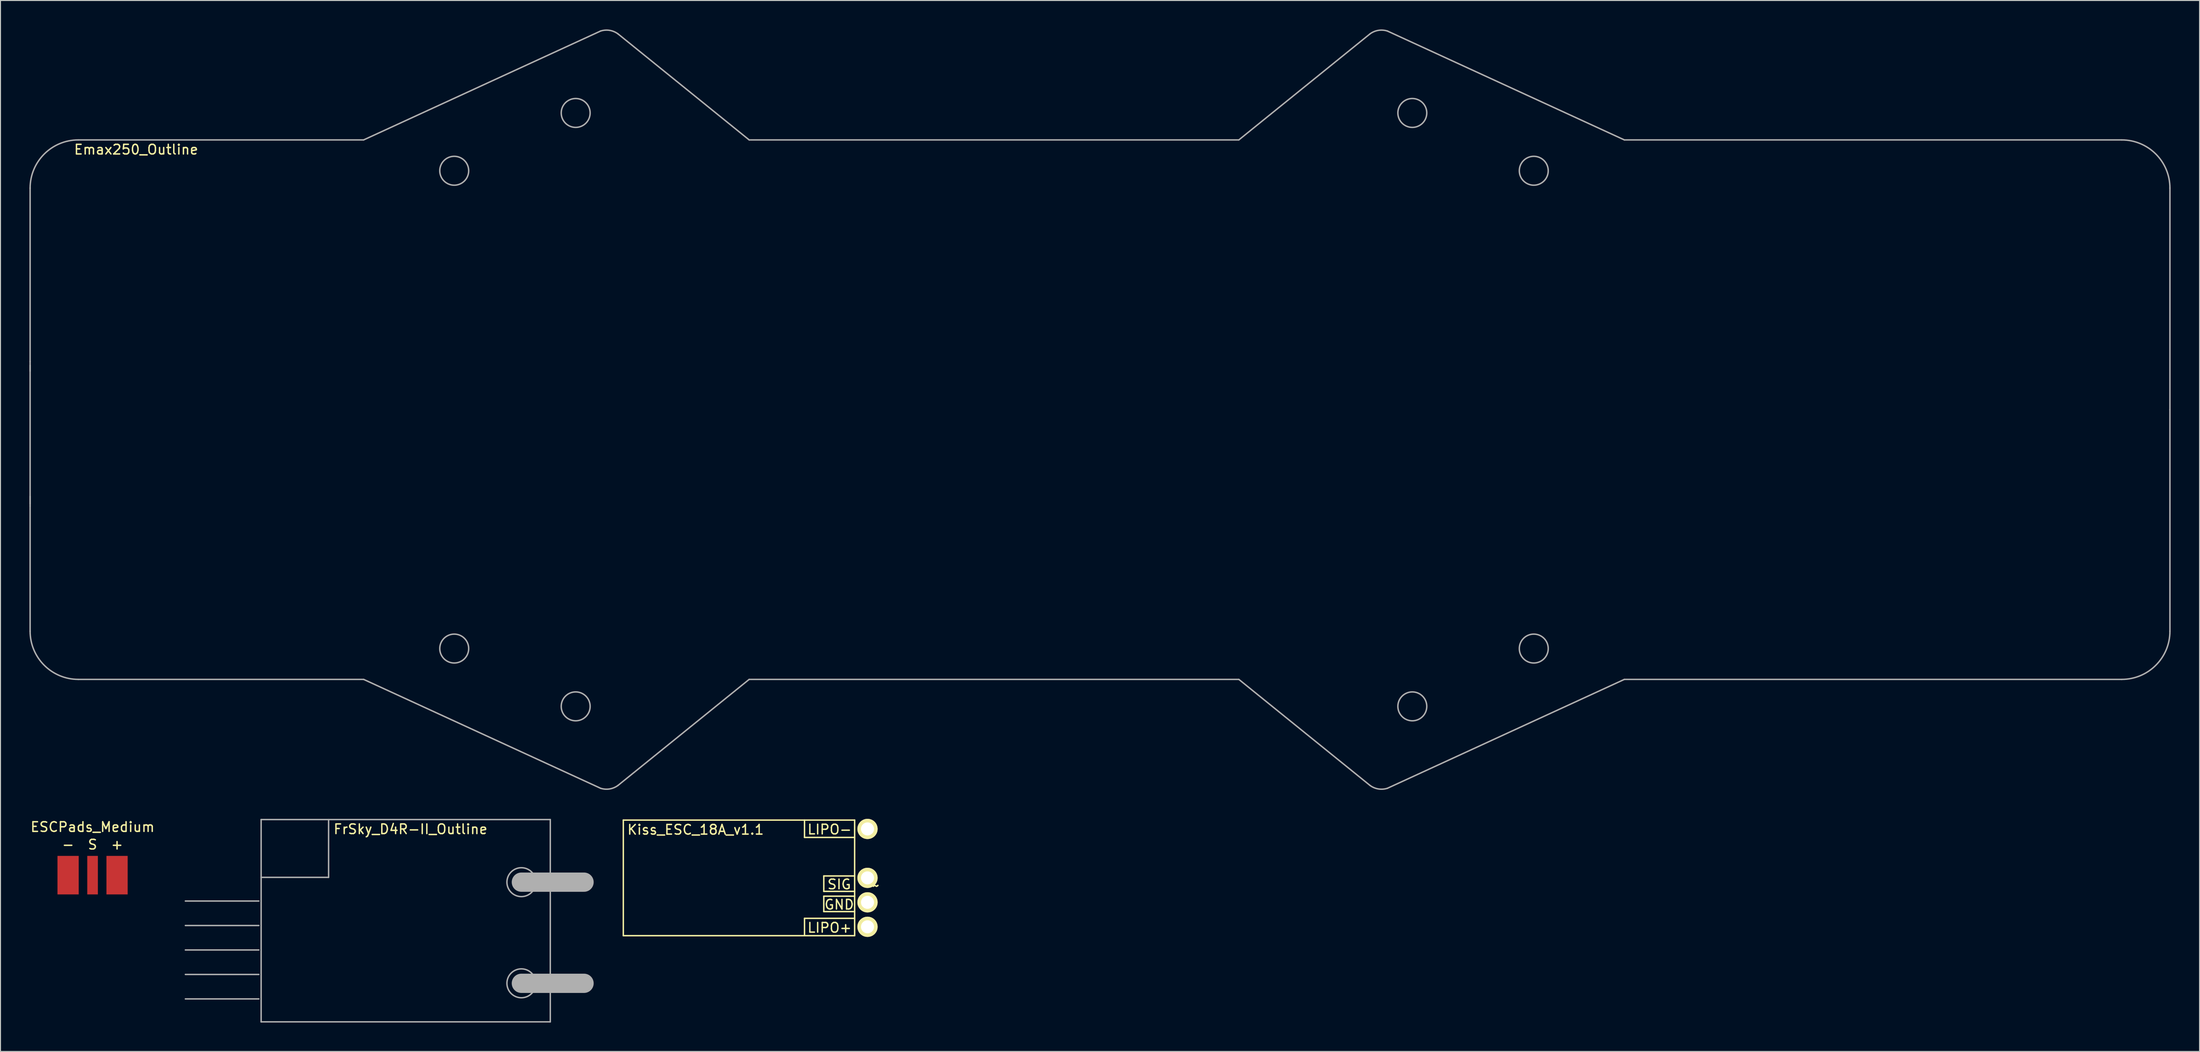
<source format=kicad_pcb>
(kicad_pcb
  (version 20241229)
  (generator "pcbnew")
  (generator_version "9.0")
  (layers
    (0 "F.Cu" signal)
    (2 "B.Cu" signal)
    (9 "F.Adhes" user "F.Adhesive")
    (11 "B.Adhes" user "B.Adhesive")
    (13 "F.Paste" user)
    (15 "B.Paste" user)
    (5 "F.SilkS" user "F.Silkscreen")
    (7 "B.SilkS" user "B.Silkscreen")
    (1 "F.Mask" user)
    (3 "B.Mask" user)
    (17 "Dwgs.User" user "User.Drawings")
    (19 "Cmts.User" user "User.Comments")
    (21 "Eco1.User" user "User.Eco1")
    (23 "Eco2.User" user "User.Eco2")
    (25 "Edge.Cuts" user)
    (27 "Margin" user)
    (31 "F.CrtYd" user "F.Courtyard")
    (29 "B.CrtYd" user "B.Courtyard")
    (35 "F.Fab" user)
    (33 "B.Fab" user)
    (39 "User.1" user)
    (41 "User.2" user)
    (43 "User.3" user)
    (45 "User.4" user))
  (footprint "Kiss_ESC_18A_v1.1"
    (layer "F.Cu")
    (at 73.617 88.08)
    (property "Reference" "Kiss_ESC_18A_v1.1" (at -4.5 -5 0) (layer "F.SilkS") (effects (font (size 1 1) (thickness 0.15))))
    (attr through_hole)
    (fp_line (start -12 -6) (end -12 6) (stroke (width 0.15) (type solid)) (layer "F.SilkS"))
    (fp_line (start -12 6) (end 12 6) (stroke (width 0.15) (type solid)) (layer "F.SilkS"))
    (fp_line (start 6.8 -4.2) (end 6.8 -6) (stroke (width 0.15) (type solid)) (layer "F.SilkS"))
    (fp_line (start 6.8 4.2) (end 12 4.2) (stroke (width 0.15) (type solid)) (layer "F.SilkS"))
    (fp_line (start 6.8 6) (end 6.8 4.2) (stroke (width 0.15) (type solid)) (layer "F.SilkS"))
    (fp_line (start 8.8 -0.2) (end 12 -0.2) (stroke (width 0.15) (type solid)) (layer "F.SilkS"))
    (fp_line (start 8.8 1.4) (end 8.8 -0.2) (stroke (width 0.15) (type solid)) (layer "F.SilkS"))
    (fp_line (start 8.8 1.9) (end 8.8 3.5) (stroke (width 0.15) (type solid)) (layer "F.SilkS"))
    (fp_line (start 8.8 3.5) (end 12 3.5) (stroke (width 0.15) (type solid)) (layer "F.SilkS"))
    (fp_line (start 12 -6) (end -12 -6) (stroke (width 0.15) (type solid)) (layer "F.SilkS"))
    (fp_line (start 12 -4.2) (end 6.8 -4.2) (stroke (width 0.15) (type solid)) (layer "F.SilkS"))
    (fp_line (start 12 1.4) (end 8.8 1.4) (stroke (width 0.15) (type solid)) (layer "F.SilkS"))
    (fp_line (start 12 1.9) (end 8.8 1.9) (stroke (width 0.15) (type solid)) (layer "F.SilkS"))
    (fp_line (start 12 6) (end 12 -6) (stroke (width 0.15) (type solid)) (layer "F.SilkS"))
    (fp_text user "GND" (at 10.4 2.775 0) (layer "F.SilkS") (effects (font (size 1 1) (thickness 0.15))))
    (fp_text user "SIG" (at 10.4 0.675 0) (layer "F.SilkS") (effects (font (size 1 1) (thickness 0.15))))
    (fp_text user "~" (at 14.2 0.8 0) (layer "F.SilkS") (effects (font (size 1 1) (thickness 0.15))))
    (fp_text user "LIPO-" (at 9.4 -5.025 0) (layer "F.SilkS") (effects (font (size 1 1) (thickness 0.15))))
    (fp_text user "LIPO+" (at 9.4 5.175 0) (layer "F.SilkS") (effects (font (size 1 1) (thickness 0.15))))
    (pad "1" thru_hole circle (at 13.335 5.08) (size 2.1 2.1) (drill 1.35) (layers "*.Cu" "*.Mask" "F.SilkS"))
    (pad "2" thru_hole circle (at 13.335 0) (size 2.1 2.1) (drill 1.35) (layers "*.Cu" "*.Mask" "F.SilkS"))
    (pad "3" thru_hole circle (at 13.335 2.54) (size 2.1 2.1) (drill 1.35) (layers "*.Cu" "*.Mask" "F.SilkS"))
    (pad "4" thru_hole circle (at 13.335 -5.08) (size 2.1 2.1) (drill 1.35) (layers "*.Cu" "*.Mask" "F.SilkS")))
  (footprint "Emax250_Outline"
    (layer "F.Cu")
    (at 100.075 39.475)
    (property "Reference" "Emax250_Outline" (at -89 -27 0) (layer "F.SilkS") (effects (font (size 1 1) (thickness 0.15))))
    (attr through_hole)
    (fp_line (start -100 -5) (end -100 -23) (stroke (width 0.15) (type solid)) (layer "F.Fab"))
    (fp_line (start -100 -5) (end -100 -4) (stroke (width 0.15) (type solid)) (layer "F.Fab"))
    (fp_line (start -100 -4.6) (end -100 9.8) (stroke (width 0.15) (type solid)) (layer "F.Fab"))
    (fp_line (start -100 10) (end -100 9) (stroke (width 0.15) (type solid)) (layer "F.Fab"))
    (fp_line (start -100 23) (end -100 10) (stroke (width 0.15) (type solid)) (layer "F.Fab"))
    (fp_line (start -65.4 -28) (end -95 -28) (stroke (width 0.15) (type solid)) (layer "F.Fab"))
    (fp_line (start -65.4 -28) (end -40.825 -39.3) (stroke (width 0.15) (type solid)) (layer "F.Fab"))
    (fp_line (start -65.4 28) (end -95 28) (stroke (width 0.15) (type solid)) (layer "F.Fab"))
    (fp_line (start -65.4 28) (end -40.825 39.3) (stroke (width 0.15) (type solid)) (layer "F.Fab"))
    (fp_line (start -25.4 -28) (end -39 -39) (stroke (width 0.15) (type solid)) (layer "F.Fab"))
    (fp_line (start -25.4 28) (end -39 39) (stroke (width 0.15) (type solid)) (layer "F.Fab"))
    (fp_line (start 25.4 -28) (end -25.4 -28) (stroke (width 0.15) (type solid)) (layer "F.Fab"))
    (fp_line (start 25.4 -28) (end 39 -39) (stroke (width 0.15) (type solid)) (layer "F.Fab"))
    (fp_line (start 25.4 28) (end -25.4 28) (stroke (width 0.15) (type solid)) (layer "F.Fab"))
    (fp_line (start 25.4 28) (end 39 39) (stroke (width 0.15) (type solid)) (layer "F.Fab"))
    (fp_line (start 65.4 -28) (end 40.825 -39.3) (stroke (width 0.15) (type solid)) (layer "F.Fab"))
    (fp_line (start 65.4 28) (end 40.825 39.3) (stroke (width 0.15) (type solid)) (layer "F.Fab"))
    (fp_line (start 117 -28) (end 65.4 -28) (stroke (width 0.15) (type solid)) (layer "F.Fab"))
    (fp_line (start 117 28) (end 65.4 28) (stroke (width 0.15) (type solid)) (layer "F.Fab"))
    (fp_line (start 122 0) (end 122 -23) (stroke (width 0.15) (type solid)) (layer "F.Fab"))
    (fp_line (start 122 0) (end 122 23) (stroke (width 0.15) (type solid)) (layer "F.Fab"))
    (fp_arc (start -100 -23) (mid -98.535534 -26.535534) (end -95 -28) (stroke (width 0.15) (type solid)) (layer "F.Fab"))
    (fp_arc (start -95 28) (mid -98.535534 26.535534) (end -100 23) (stroke (width 0.15) (type solid)) (layer "F.Fab"))
    (fp_arc (start -40.822352 -39.300705) (mid -39.874385 -39.373316) (end -39 -39) (stroke (width 0.15) (type solid)) (layer "F.Fab"))
    (fp_arc (start -39 39) (mid -39.875734 39.373538) (end -40.824951 39.299852) (stroke (width 0.15) (type solid)) (layer "F.Fab"))
    (fp_arc (start 39 -39) (mid 39.874385 -39.373316) (end 40.822352 -39.300705) (stroke (width 0.15) (type solid)) (layer "F.Fab"))
    (fp_arc (start 40.822352 39.300705) (mid 39.874385 39.373316) (end 39 39) (stroke (width 0.15) (type solid)) (layer "F.Fab"))
    (fp_arc (start 117 -28) (mid 120.535534 -26.535534) (end 122 -23) (stroke (width 0.15) (type solid)) (layer "F.Fab"))
    (fp_arc (start 122 23) (mid 120.535534 26.535534) (end 117 28) (stroke (width 0.15) (type solid)) (layer "F.Fab"))
    (fp_circle (center -56 -24.8) (end -57.5 -24.8) (stroke (width 0.15) (type solid)) (fill no) (layer "F.Fab"))
    (fp_circle (center -56 24.8) (end -57.5 24.8) (stroke (width 0.15) (type solid)) (fill no) (layer "F.Fab"))
    (fp_circle (center -43.4 -30.8) (end -44.9 -30.8) (stroke (width 0.15) (type solid)) (fill no) (layer "F.Fab"))
    (fp_circle (center -43.4 30.8) (end -44.9 30.8) (stroke (width 0.15) (type solid)) (fill no) (layer "F.Fab"))
    (fp_circle (center 43.4 -30.8) (end 44.9 -30.8) (stroke (width 0.15) (type solid)) (fill no) (layer "F.Fab"))
    (fp_circle (center 43.4 30.8) (end 44.9 30.8) (stroke (width 0.15) (type solid)) (fill no) (layer "F.Fab"))
    (fp_circle (center 56 -24.8) (end 57.5 -24.8) (stroke (width 0.15) (type solid)) (fill no) (layer "F.Fab"))
    (fp_circle (center 56 24.8) (end 57.5 24.8) (stroke (width 0.15) (type solid)) (fill no) (layer "F.Fab")))
  (footprint "ESCPads_Medium"
    (layer "F.Cu")
    (at 6.554 87.798)
    (property "Reference" "ESCPads_Medium" (at 0 -5 0) (layer "F.SilkS") (effects (font (size 1 1) (thickness 0.15))))
    (attr through_hole)
    (fp_text user "+" (at 2.54 -3.175 0) (layer "F.SilkS") (effects (font (size 1 1) (thickness 0.15))))
    (fp_text user "-" (at -2.54 -3.175 0) (layer "F.SilkS") (effects (font (size 1 1) (thickness 0.15))))
    (fp_text user "S" (at 0 -3.175 0) (layer "F.SilkS") (effects (font (size 1 1) (thickness 0.15))))
    (pad "+" smd rect (at 2.54 0) (size 2.2 4) (layers "F.Cu" "F.Mask"))
    (pad "-" smd rect (at -2.54 0) (size 2.2 4) (layers "F.Cu" "F.Mask"))
    (pad "S" smd rect (at 0 0) (size 1.1 4) (layers "F.Cu" "F.Mask")))
  (footprint "FrSky_D4R-II_Outline"
    (layer "F.Cu")
    (at 39.042 92.525)
    (property "Reference" "FrSky_D4R-II_Outline" (at 0.5 -9.5 0) (layer "F.SilkS") (effects (font (size 1 1) (thickness 0.15))))
    (attr through_hole)
    (fp_line (start -15.24 -2.04) (end -22.86 -2.04) (stroke (width 0.15) (type solid)) (layer "F.Fab"))
    (fp_line (start -15.24 0.5) (end -22.86 0.5) (stroke (width 0.15) (type solid)) (layer "F.Fab"))
    (fp_line (start -15.24 3.04) (end -22.86 3.04) (stroke (width 0.15) (type solid)) (layer "F.Fab"))
    (fp_line (start -15.24 5.58) (end -22.86 5.58) (stroke (width 0.15) (type solid)) (layer "F.Fab"))
    (fp_line (start -15.24 8.12) (end -22.86 8.12) (stroke (width 0.15) (type solid)) (layer "F.Fab"))
    (fp_line (start -15 -10.5) (end 15 -10.5) (stroke (width 0.15) (type solid)) (layer "F.Fab"))
    (fp_line (start -15 10.5) (end -15 -10.5) (stroke (width 0.15) (type solid)) (layer "F.Fab"))
    (fp_line (start -8 -4.5) (end -15 -4.5) (stroke (width 0.15) (type solid)) (layer "F.Fab"))
    (fp_line (start -8 -4.5) (end -8 -10.5) (stroke (width 0.15) (type solid)) (layer "F.Fab"))
    (fp_line (start 12 -4) (end 18.5 -4) (stroke (width 2) (type solid)) (layer "F.Fab"))
    (fp_line (start 12 6.5) (end 18.5 6.5) (stroke (width 2) (type solid)) (layer "F.Fab"))
    (fp_line (start 15 -10.5) (end 15 10.5) (stroke (width 0.15) (type solid)) (layer "F.Fab"))
    (fp_line (start 15 10.5) (end -15 10.5) (stroke (width 0.15) (type solid)) (layer "F.Fab"))
    (fp_circle (center 12 -4) (end 12 -5.5) (stroke (width 0.15) (type solid)) (fill no) (layer "F.Fab"))
    (fp_circle (center 12 6.5) (end 12 8) (stroke (width 0.15) (type solid)) (fill no) (layer "F.Fab")))
  (gr_rect
    (start -3 -3)
    (end 225.15 106.1)
    (stroke (width 0.1) (type default))
    (fill no)
    (layer "Edge.Cuts")))
</source>
